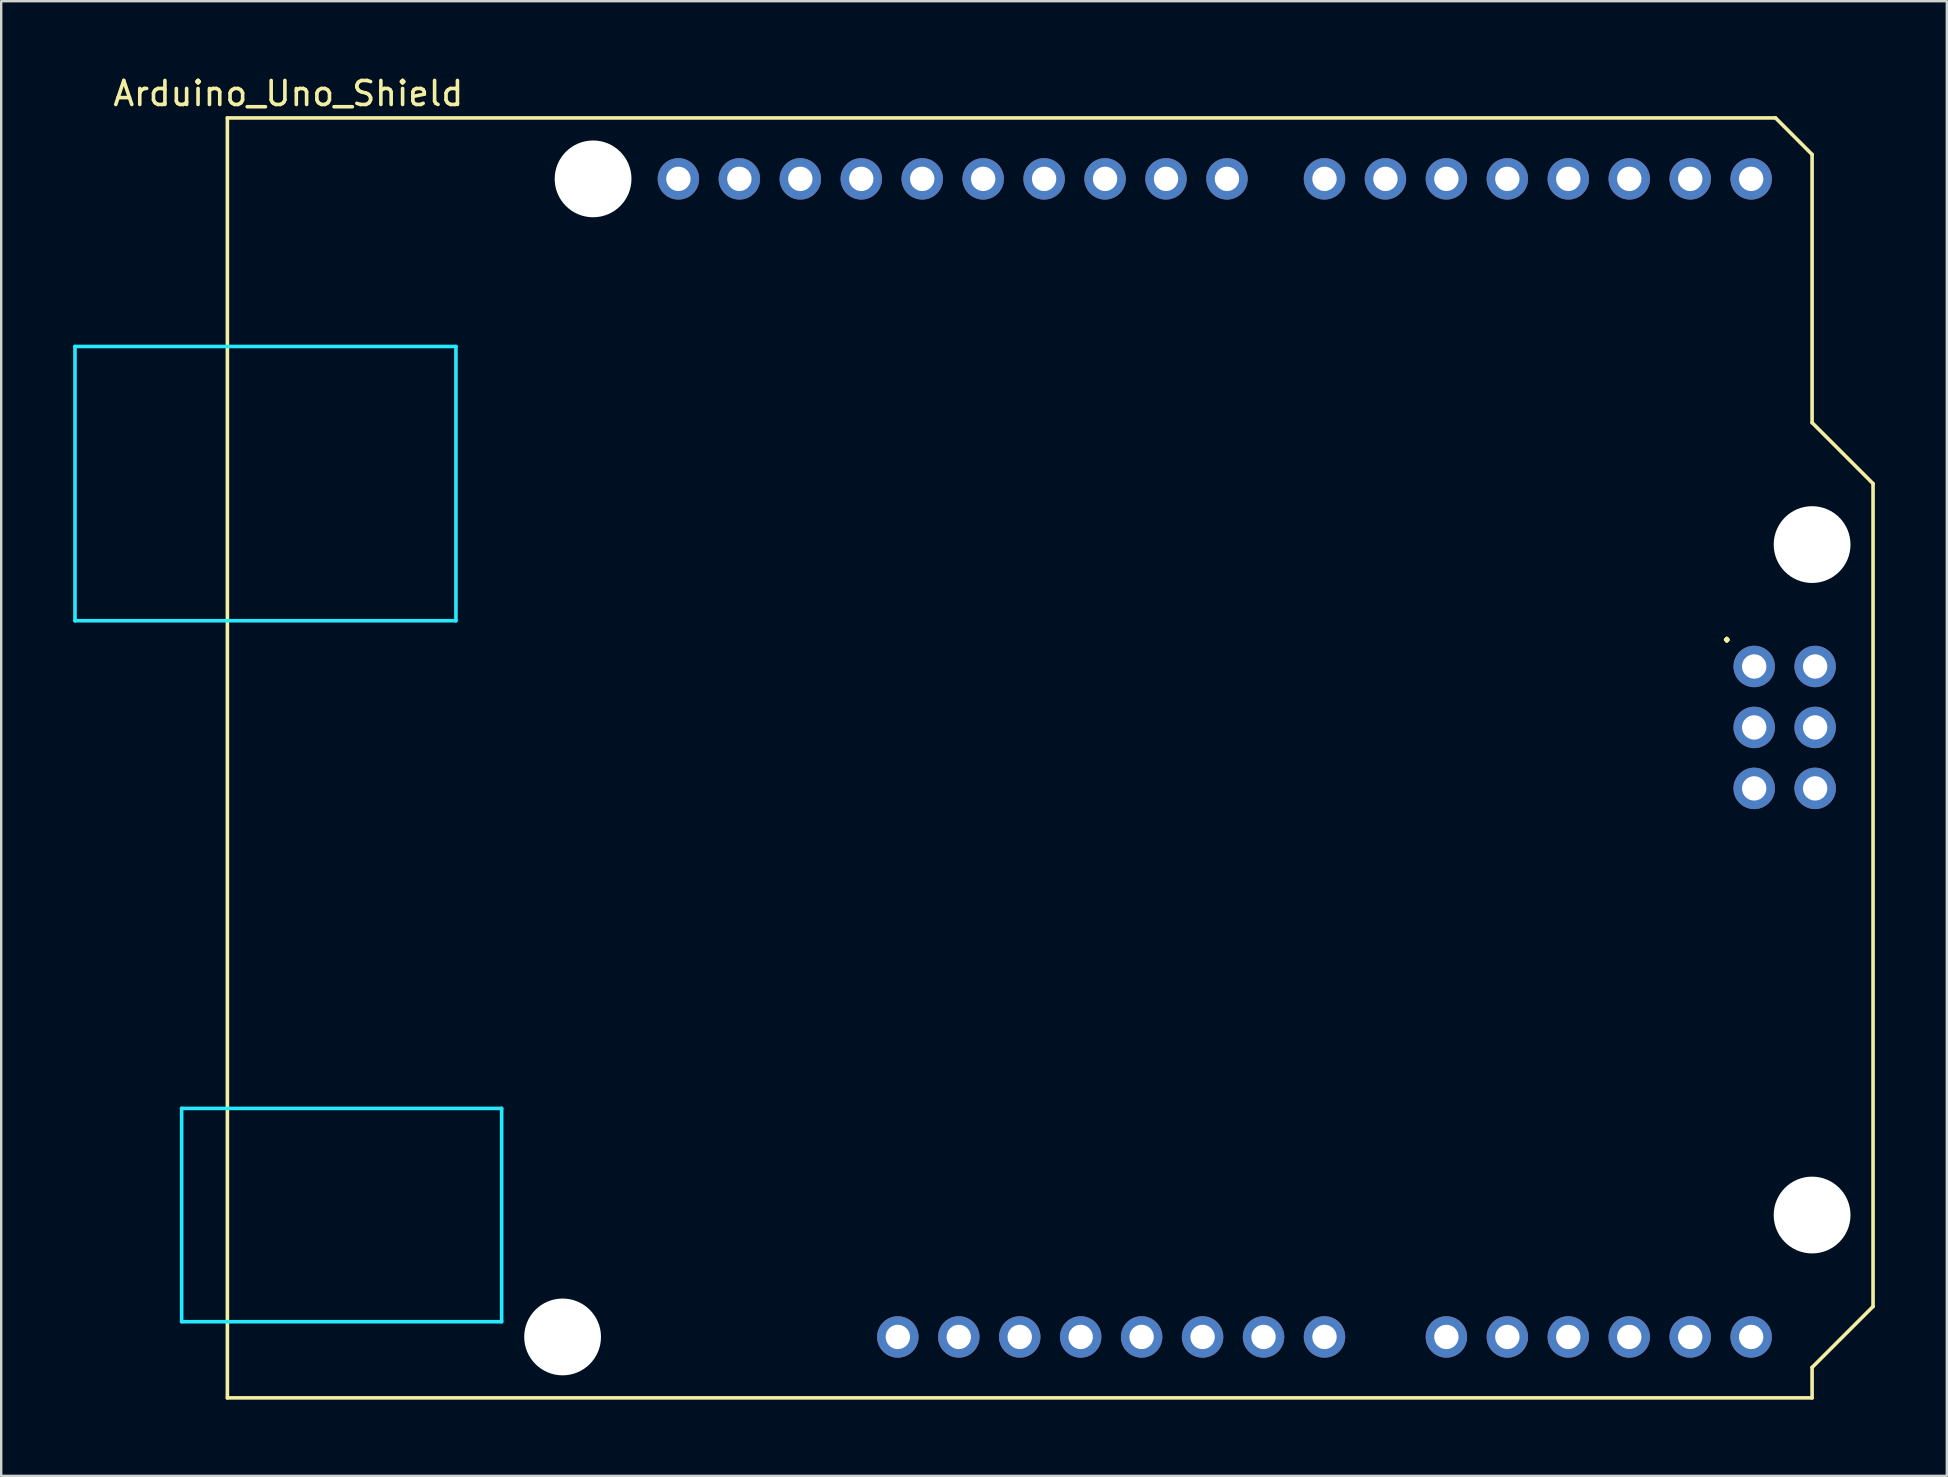
<source format=kicad_pcb>
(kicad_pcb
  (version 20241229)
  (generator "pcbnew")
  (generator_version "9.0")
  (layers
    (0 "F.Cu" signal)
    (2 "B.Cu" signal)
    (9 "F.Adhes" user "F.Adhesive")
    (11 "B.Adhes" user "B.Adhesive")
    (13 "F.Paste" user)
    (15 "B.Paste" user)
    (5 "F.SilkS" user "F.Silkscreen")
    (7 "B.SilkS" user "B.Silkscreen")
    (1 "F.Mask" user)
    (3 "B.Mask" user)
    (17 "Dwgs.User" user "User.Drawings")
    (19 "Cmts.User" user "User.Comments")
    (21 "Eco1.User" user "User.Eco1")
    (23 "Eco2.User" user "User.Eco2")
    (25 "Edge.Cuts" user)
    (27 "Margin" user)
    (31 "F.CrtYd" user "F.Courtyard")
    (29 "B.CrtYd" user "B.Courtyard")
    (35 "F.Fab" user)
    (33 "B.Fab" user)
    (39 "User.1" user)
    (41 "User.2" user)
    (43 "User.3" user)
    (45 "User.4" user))
  (footprint "Arduino_Uno_Shield"
    (layer "F.Cu")
    (at 6.425 55.204)
    (property "Reference" "Arduino_Uno_Shield" (at 2.54 -54.356 0) (layer "F.SilkS") (effects (font (size 1 1) (thickness 0.15))))
    (attr through_hole)
    (fp_line (start 0 -53.34) (end 0 0) (stroke (width 0.15) (type solid)) (layer "F.SilkS"))
    (fp_line (start 0 -53.34) (end 64.516 -53.34) (stroke (width 0.15) (type solid)) (layer "F.SilkS"))
    (fp_line (start 0 0) (end 66.04 0) (stroke (width 0.15) (type solid)) (layer "F.SilkS"))
    (fp_line (start 64.516 -53.34) (end 66.04 -51.816) (stroke (width 0.15) (type solid)) (layer "F.SilkS"))
    (fp_line (start 66.04 -40.64) (end 66.04 -51.816) (stroke (width 0.15) (type solid)) (layer "F.SilkS"))
    (fp_line (start 66.04 -1.27) (end 68.58 -3.81) (stroke (width 0.15) (type solid)) (layer "F.SilkS"))
    (fp_line (start 66.04 0) (end 66.04 -1.27) (stroke (width 0.15) (type solid)) (layer "F.SilkS"))
    (fp_line (start 68.58 -38.1) (end 66.04 -40.64) (stroke (width 0.15) (type solid)) (layer "F.SilkS"))
    (fp_line (start 68.58 -3.81) (end 68.58 -38.1) (stroke (width 0.15) (type solid)) (layer "F.SilkS"))
    (fp_line (start -6.35 -43.815) (end -6.35 -32.385) (stroke (width 0.15) (type solid)) (layer "B.CrtYd"))
    (fp_line (start -1.905 -12.065) (end -1.905 -3.175) (stroke (width 0.15) (type solid)) (layer "B.CrtYd"))
    (fp_line (start -1.905 -12.065) (end 11.43 -12.065) (stroke (width 0.15) (type solid)) (layer "B.CrtYd"))
    (fp_line (start -1.905 -3.175) (end 11.43 -3.175) (stroke (width 0.15) (type solid)) (layer "B.CrtYd"))
    (fp_line (start 9.525 -43.815) (end -6.35 -43.815) (stroke (width 0.15) (type solid)) (layer "B.CrtYd"))
    (fp_line (start 9.525 -43.815) (end 9.525 -32.385) (stroke (width 0.15) (type solid)) (layer "B.CrtYd"))
    (fp_line (start 9.525 -32.385) (end -6.35 -32.385) (stroke (width 0.15) (type solid)) (layer "B.CrtYd"))
    (fp_line (start 11.43 -12.065) (end 11.43 -3.175) (stroke (width 0.15) (type solid)) (layer "B.CrtYd"))
    (fp_text user "." (at 62.484 -32.004 0) (layer "F.SilkS") (effects (font (size 1 1) (thickness 0.15))))
    (pad "" np_thru_hole circle (at 13.97 -2.54) (size 3.2 3.2) (drill 3.2) (layers "*.Cu" "*.Mask"))
    (pad "" np_thru_hole circle (at 15.24 -50.8) (size 3.2 3.2) (drill 3.2) (layers "*.Cu" "*.Mask"))
    (pad "" np_thru_hole circle (at 66.04 -35.56) (size 3.2 3.2) (drill 3.2) (layers "*.Cu" "*.Mask"))
    (pad "" np_thru_hole circle (at 66.04 -7.62) (size 3.2 3.2) (drill 3.2) (layers "*.Cu" "*.Mask"))
    (pad "3V3" thru_hole oval (at 35.56 -2.54) (size 1.727 1.727) (drill 1.016) (layers "*.Cu" "*.Mask"))
    (pad "5V1" thru_hole oval (at 38.1 -2.54) (size 1.727 1.727) (drill 1.016) (layers "*.Cu" "*.Mask"))
    (pad "5V2" thru_hole oval (at 66.167 -30.48) (size 1.727 1.727) (drill 1.016) (layers "*.Cu" "*.Mask"))
    (pad "A0" thru_hole oval (at 50.8 -2.54) (size 1.727 1.727) (drill 1.016) (layers "*.Cu" "*.Mask"))
    (pad "A1" thru_hole oval (at 53.34 -2.54) (size 1.727 1.727) (drill 1.016) (layers "*.Cu" "*.Mask"))
    (pad "A2" thru_hole oval (at 55.88 -2.54) (size 1.727 1.727) (drill 1.016) (layers "*.Cu" "*.Mask"))
    (pad "A3" thru_hole oval (at 58.42 -2.54) (size 1.727 1.727) (drill 1.016) (layers "*.Cu" "*.Mask"))
    (pad "A4" thru_hole oval (at 60.96 -2.54) (size 1.727 1.727) (drill 1.016) (layers "*.Cu" "*.Mask"))
    (pad "A5" thru_hole oval (at 63.5 -2.54) (size 1.727 1.727) (drill 1.016) (layers "*.Cu" "*.Mask"))
    (pad "AREF" thru_hole oval (at 23.876 -50.8) (size 1.727 1.727) (drill 1.016) (layers "*.Cu" "*.Mask"))
    (pad "D0" thru_hole oval (at 63.5 -50.8) (size 1.727 1.727) (drill 1.016) (layers "*.Cu" "*.Mask"))
    (pad "D1" thru_hole oval (at 60.96 -50.8) (size 1.727 1.727) (drill 1.016) (layers "*.Cu" "*.Mask"))
    (pad "D2" thru_hole oval (at 58.42 -50.8) (size 1.727 1.727) (drill 1.016) (layers "*.Cu" "*.Mask"))
    (pad "D3" thru_hole oval (at 55.88 -50.8) (size 1.727 1.727) (drill 1.016) (layers "*.Cu" "*.Mask"))
    (pad "D4" thru_hole oval (at 53.34 -50.8) (size 1.727 1.727) (drill 1.016) (layers "*.Cu" "*.Mask"))
    (pad "D5" thru_hole oval (at 50.8 -50.8) (size 1.727 1.727) (drill 1.016) (layers "*.Cu" "*.Mask"))
    (pad "D6" thru_hole oval (at 48.26 -50.8) (size 1.727 1.727) (drill 1.016) (layers "*.Cu" "*.Mask"))
    (pad "D7" thru_hole oval (at 45.72 -50.8) (size 1.727 1.727) (drill 1.016) (layers "*.Cu" "*.Mask"))
    (pad "D8" thru_hole oval (at 41.656 -50.8) (size 1.727 1.727) (drill 1.016) (layers "*.Cu" "*.Mask"))
    (pad "D9" thru_hole oval (at 39.116 -50.8) (size 1.727 1.727) (drill 1.016) (layers "*.Cu" "*.Mask"))
    (pad "D10" thru_hole oval (at 36.576 -50.8) (size 1.727 1.727) (drill 1.016) (layers "*.Cu" "*.Mask"))
    (pad "D11" thru_hole oval (at 34.036 -50.8) (size 1.727 1.727) (drill 1.016) (layers "*.Cu" "*.Mask"))
    (pad "D12" thru_hole oval (at 31.496 -50.8) (size 1.727 1.727) (drill 1.016) (layers "*.Cu" "*.Mask"))
    (pad "D13" thru_hole oval (at 28.956 -50.8) (size 1.727 1.727) (drill 1.016) (layers "*.Cu" "*.Mask"))
    (pad "GND1" thru_hole oval (at 26.416 -50.8) (size 1.727 1.727) (drill 1.016) (layers "*.Cu" "*.Mask"))
    (pad "GND2" thru_hole oval (at 40.64 -2.54) (size 1.727 1.727) (drill 1.016) (layers "*.Cu" "*.Mask"))
    (pad "GND3" thru_hole oval (at 43.18 -2.54) (size 1.727 1.727) (drill 1.016) (layers "*.Cu" "*.Mask"))
    (pad "GND4" thru_hole oval (at 66.167 -25.4) (size 1.727 1.727) (drill 1.016) (layers "*.Cu" "*.Mask"))
    (pad "IOREF" thru_hole oval (at 30.48 -2.54) (size 1.727 1.727) (drill 1.016) (layers "*.Cu" "*.Mask"))
    (pad "MISO" thru_hole oval (at 63.627 -30.48) (size 1.727 1.727) (drill 1.016) (layers "*.Cu" "*.Mask"))
    (pad "MOSI" thru_hole oval (at 66.167 -27.94) (size 1.727 1.727) (drill 1.016) (layers "*.Cu" "*.Mask"))
    (pad "RESET" thru_hole oval (at 33.02 -2.54) (size 1.727 1.727) (drill 1.016) (layers "*.Cu" "*.Mask"))
    (pad "RST2" thru_hole oval (at 63.627 -25.4) (size 1.727 1.727) (drill 1.016) (layers "*.Cu" "*.Mask"))
    (pad "SCK" thru_hole oval (at 63.627 -27.94) (size 1.727 1.727) (drill 1.016) (layers "*.Cu" "*.Mask"))
    (pad "SCL" thru_hole oval (at 18.796 -50.8) (size 1.727 1.727) (drill 1.016) (layers "*.Cu" "*.Mask"))
    (pad "SDA" thru_hole oval (at 21.336 -50.8) (size 1.727 1.727) (drill 1.016) (layers "*.Cu" "*.Mask"))
    (pad "VIN" thru_hole oval (at 45.72 -2.54) (size 1.727 1.727) (drill 1.016) (layers "*.Cu" "*.Mask"))
    (pad "~" thru_hole oval (at 27.94 -2.54) (size 1.727 1.727) (drill 1.016) (layers "*.Cu" "*.Mask")))
  (gr_rect
    (start -3 -3)
    (end 78.08 58.454)
    (stroke (width 0.1) (type default))
    (fill no)
    (layer "Edge.Cuts")))
</source>
